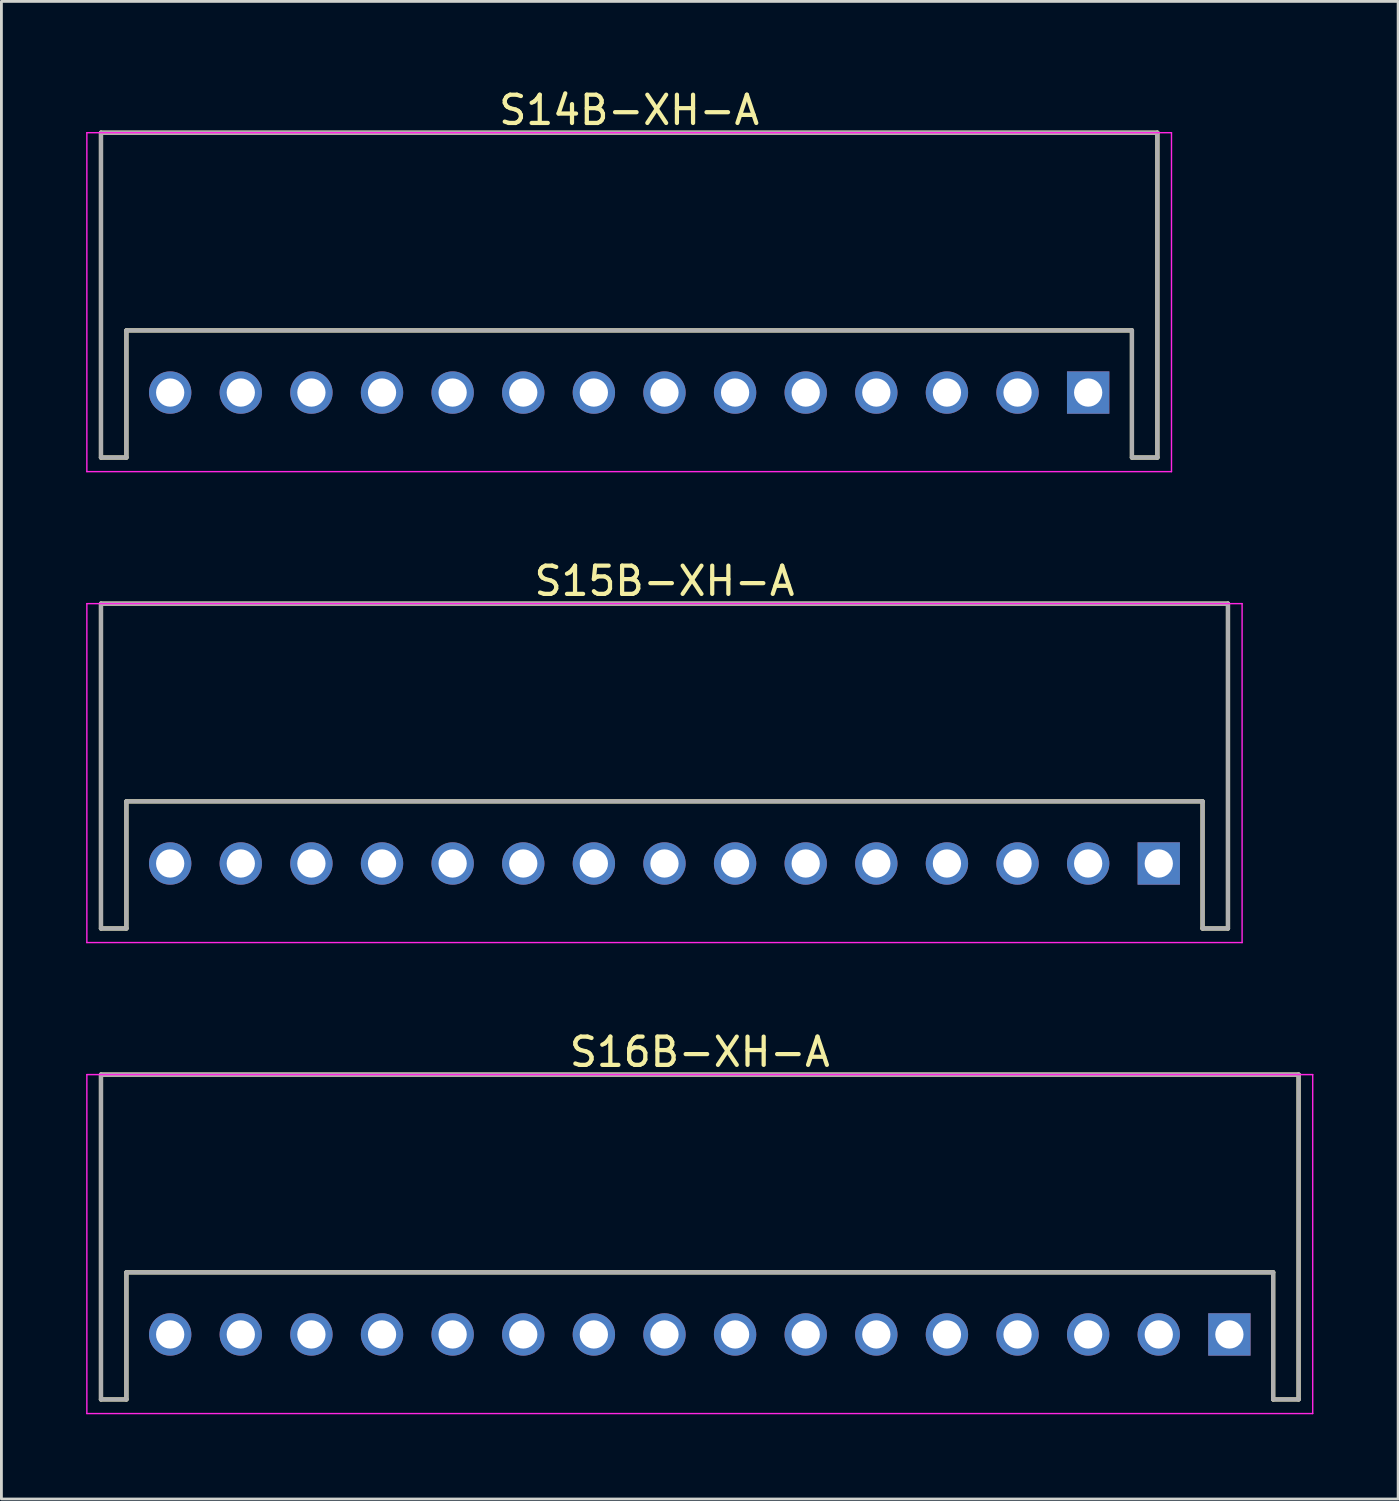
<source format=kicad_pcb>
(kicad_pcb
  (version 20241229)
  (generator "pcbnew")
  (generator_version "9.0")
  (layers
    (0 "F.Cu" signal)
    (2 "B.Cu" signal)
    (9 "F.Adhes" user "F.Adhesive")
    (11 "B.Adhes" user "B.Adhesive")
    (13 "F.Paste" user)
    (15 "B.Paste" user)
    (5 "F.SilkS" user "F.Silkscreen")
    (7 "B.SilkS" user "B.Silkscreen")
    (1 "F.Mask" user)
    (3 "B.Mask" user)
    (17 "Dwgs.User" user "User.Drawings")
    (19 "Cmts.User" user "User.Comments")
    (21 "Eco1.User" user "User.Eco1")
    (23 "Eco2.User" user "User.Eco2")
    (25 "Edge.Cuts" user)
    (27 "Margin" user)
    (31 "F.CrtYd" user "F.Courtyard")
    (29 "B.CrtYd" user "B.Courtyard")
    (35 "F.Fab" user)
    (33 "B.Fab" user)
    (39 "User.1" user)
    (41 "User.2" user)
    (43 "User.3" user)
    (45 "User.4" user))
  (footprint "S14B-XH-A"
    (layer "F.Cu")
    (at 19.225 10.848)
    (property "Reference" "S14B-XH-A" (at 0 -10 0) (layer "F.SilkS") (effects (font (size 1 1) (thickness 0.15))))
    (attr smd)
    (fp_line (start -18.7 -9.2) (end -18.7 2.3) (stroke (width 0.15) (type solid)) (layer "F.SilkS"))
    (fp_line (start -18.7 -9.2) (end 18.7 -9.2) (stroke (width 0.15) (type solid)) (layer "F.SilkS"))
    (fp_line (start -18.7 2.3) (end -17.8 2.3) (stroke (width 0.15) (type solid)) (layer "F.SilkS"))
    (fp_line (start -17.8 -2.2) (end -17.8 2.3) (stroke (width 0.15) (type solid)) (layer "F.SilkS"))
    (fp_line (start -17.8 -2.2) (end 17.8 -2.2) (stroke (width 0.15) (type solid)) (layer "F.SilkS"))
    (fp_line (start 17.8 -2.2) (end 17.8 2.3) (stroke (width 0.15) (type solid)) (layer "F.SilkS"))
    (fp_line (start 17.8 2.3) (end 18.7 2.3) (stroke (width 0.15) (type solid)) (layer "F.SilkS"))
    (fp_line (start 18.7 -9.2) (end 18.7 2.3) (stroke (width 0.15) (type solid)) (layer "F.SilkS"))
    (fp_line (start -19.2 -9.2) (end -19.2 2.8) (stroke (width 0.05) (type solid)) (layer "F.CrtYd"))
    (fp_line (start -19.2 -9.2) (end 19.2 -9.2) (stroke (width 0.05) (type solid)) (layer "F.CrtYd"))
    (fp_line (start -19.2 2.8) (end 19.2 2.8) (stroke (width 0.05) (type solid)) (layer "F.CrtYd"))
    (fp_line (start 19.2 -9.2) (end 19.2 2.8) (stroke (width 0.05) (type solid)) (layer "F.CrtYd"))
    (fp_line (start -18.7 -9.2) (end -18.7 2.3) (stroke (width 0.15) (type solid)) (layer "F.Fab"))
    (fp_line (start -18.7 -9.2) (end 18.7 -9.2) (stroke (width 0.15) (type solid)) (layer "F.Fab"))
    (fp_line (start -18.7 2.3) (end -17.8 2.3) (stroke (width 0.15) (type solid)) (layer "F.Fab"))
    (fp_line (start -17.8 -2.2) (end -17.8 2.3) (stroke (width 0.15) (type solid)) (layer "F.Fab"))
    (fp_line (start -17.8 -2.2) (end 17.8 -2.2) (stroke (width 0.15) (type solid)) (layer "F.Fab"))
    (fp_line (start 17.8 -2.2) (end 17.8 2.3) (stroke (width 0.15) (type solid)) (layer "F.Fab"))
    (fp_line (start 17.8 2.3) (end 18.7 2.3) (stroke (width 0.15) (type solid)) (layer "F.Fab"))
    (fp_line (start 18.7 -9.2) (end 18.7 2.3) (stroke (width 0.15) (type solid)) (layer "F.Fab"))
    (pad "1" thru_hole rect (at 16.25 0 180) (size 1.5 1.5) (drill 1) (layers "*.Cu" "*.Mask"))
    (pad "2" thru_hole circle (at 13.75 0 180) (size 1.5 1.5) (drill 1) (layers "*.Cu" "*.Mask"))
    (pad "3" thru_hole circle (at 11.25 0 180) (size 1.5 1.5) (drill 1) (layers "*.Cu" "*.Mask"))
    (pad "4" thru_hole circle (at 8.75 0 180) (size 1.5 1.5) (drill 1) (layers "*.Cu" "*.Mask"))
    (pad "5" thru_hole circle (at 6.25 0 180) (size 1.5 1.5) (drill 1) (layers "*.Cu" "*.Mask"))
    (pad "6" thru_hole circle (at 3.75 0 180) (size 1.5 1.5) (drill 1) (layers "*.Cu" "*.Mask"))
    (pad "7" thru_hole circle (at 1.25 0 180) (size 1.5 1.5) (drill 1) (layers "*.Cu" "*.Mask"))
    (pad "8" thru_hole circle (at -1.25 0 180) (size 1.5 1.5) (drill 1) (layers "*.Cu" "*.Mask"))
    (pad "9" thru_hole circle (at -3.75 0 180) (size 1.5 1.5) (drill 1) (layers "*.Cu" "*.Mask"))
    (pad "10" thru_hole circle (at -6.25 0 180) (size 1.5 1.5) (drill 1) (layers "*.Cu" "*.Mask"))
    (pad "11" thru_hole circle (at -8.75 0 180) (size 1.5 1.5) (drill 1) (layers "*.Cu" "*.Mask"))
    (pad "12" thru_hole circle (at -11.25 0 180) (size 1.5 1.5) (drill 1) (layers "*.Cu" "*.Mask"))
    (pad "13" thru_hole circle (at -13.75 0 180) (size 1.5 1.5) (drill 1) (layers "*.Cu" "*.Mask"))
    (pad "14" thru_hole circle (at -16.25 0 180) (size 1.5 1.5) (drill 1) (layers "*.Cu" "*.Mask")))
  (footprint "S15B-XH-A"
    (layer "F.Cu")
    (at 20.475 27.521)
    (property "Reference" "S15B-XH-A" (at 0 -10 0) (layer "F.SilkS") (effects (font (size 1 1) (thickness 0.15))))
    (attr smd)
    (fp_line (start -19.95 -9.2) (end -19.95 2.3) (stroke (width 0.15) (type solid)) (layer "F.SilkS"))
    (fp_line (start -19.95 -9.2) (end 19.95 -9.2) (stroke (width 0.15) (type solid)) (layer "F.SilkS"))
    (fp_line (start -19.95 2.3) (end -19.05 2.3) (stroke (width 0.15) (type solid)) (layer "F.SilkS"))
    (fp_line (start -19.05 -2.2) (end -19.05 2.3) (stroke (width 0.15) (type solid)) (layer "F.SilkS"))
    (fp_line (start -19.05 -2.2) (end 19.05 -2.2) (stroke (width 0.15) (type solid)) (layer "F.SilkS"))
    (fp_line (start 19.05 -2.2) (end 19.05 2.3) (stroke (width 0.15) (type solid)) (layer "F.SilkS"))
    (fp_line (start 19.05 2.3) (end 19.95 2.3) (stroke (width 0.15) (type solid)) (layer "F.SilkS"))
    (fp_line (start 19.95 -9.2) (end 19.95 2.3) (stroke (width 0.15) (type solid)) (layer "F.SilkS"))
    (fp_line (start -20.45 -9.2) (end -20.45 2.8) (stroke (width 0.05) (type solid)) (layer "F.CrtYd"))
    (fp_line (start -20.45 -9.2) (end 20.45 -9.2) (stroke (width 0.05) (type solid)) (layer "F.CrtYd"))
    (fp_line (start -20.45 2.8) (end 20.45 2.8) (stroke (width 0.05) (type solid)) (layer "F.CrtYd"))
    (fp_line (start 20.45 -9.2) (end 20.45 2.8) (stroke (width 0.05) (type solid)) (layer "F.CrtYd"))
    (fp_line (start -19.95 -9.2) (end -19.95 2.3) (stroke (width 0.15) (type solid)) (layer "F.Fab"))
    (fp_line (start -19.95 -9.2) (end 19.95 -9.2) (stroke (width 0.15) (type solid)) (layer "F.Fab"))
    (fp_line (start -19.95 2.3) (end -19.05 2.3) (stroke (width 0.15) (type solid)) (layer "F.Fab"))
    (fp_line (start -19.05 -2.2) (end -19.05 2.3) (stroke (width 0.15) (type solid)) (layer "F.Fab"))
    (fp_line (start -19.05 -2.2) (end 19.05 -2.2) (stroke (width 0.15) (type solid)) (layer "F.Fab"))
    (fp_line (start 19.05 -2.2) (end 19.05 2.3) (stroke (width 0.15) (type solid)) (layer "F.Fab"))
    (fp_line (start 19.05 2.3) (end 19.95 2.3) (stroke (width 0.15) (type solid)) (layer "F.Fab"))
    (fp_line (start 19.95 -9.2) (end 19.95 2.3) (stroke (width 0.15) (type solid)) (layer "F.Fab"))
    (pad "1" thru_hole rect (at 17.5 0 180) (size 1.5 1.5) (drill 1) (layers "*.Cu" "*.Mask"))
    (pad "2" thru_hole circle (at 15 0 180) (size 1.5 1.5) (drill 1) (layers "*.Cu" "*.Mask"))
    (pad "3" thru_hole circle (at 12.5 0 180) (size 1.5 1.5) (drill 1) (layers "*.Cu" "*.Mask"))
    (pad "4" thru_hole circle (at 10 0 180) (size 1.5 1.5) (drill 1) (layers "*.Cu" "*.Mask"))
    (pad "5" thru_hole circle (at 7.5 0 180) (size 1.5 1.5) (drill 1) (layers "*.Cu" "*.Mask"))
    (pad "6" thru_hole circle (at 5 0 180) (size 1.5 1.5) (drill 1) (layers "*.Cu" "*.Mask"))
    (pad "7" thru_hole circle (at 2.5 0 180) (size 1.5 1.5) (drill 1) (layers "*.Cu" "*.Mask"))
    (pad "8" thru_hole circle (at 0 0 180) (size 1.5 1.5) (drill 1) (layers "*.Cu" "*.Mask"))
    (pad "9" thru_hole circle (at -2.5 0 180) (size 1.5 1.5) (drill 1) (layers "*.Cu" "*.Mask"))
    (pad "10" thru_hole circle (at -5 0 180) (size 1.5 1.5) (drill 1) (layers "*.Cu" "*.Mask"))
    (pad "11" thru_hole circle (at -7.5 0 180) (size 1.5 1.5) (drill 1) (layers "*.Cu" "*.Mask"))
    (pad "12" thru_hole circle (at -10 0 180) (size 1.5 1.5) (drill 1) (layers "*.Cu" "*.Mask"))
    (pad "13" thru_hole circle (at -12.5 0 180) (size 1.5 1.5) (drill 1) (layers "*.Cu" "*.Mask"))
    (pad "14" thru_hole circle (at -15 0 180) (size 1.5 1.5) (drill 1) (layers "*.Cu" "*.Mask"))
    (pad "15" thru_hole circle (at -17.5 0 180) (size 1.5 1.5) (drill 1) (layers "*.Cu" "*.Mask")))
  (footprint "S16B-XH-A"
    (layer "F.Cu")
    (at 21.725 44.195)
    (property "Reference" "S16B-XH-A" (at 0 -10 0) (layer "F.SilkS") (effects (font (size 1 1) (thickness 0.15))))
    (attr smd)
    (fp_line (start -21.2 -9.2) (end -21.2 2.3) (stroke (width 0.15) (type solid)) (layer "F.SilkS"))
    (fp_line (start -21.2 -9.2) (end 21.2 -9.2) (stroke (width 0.15) (type solid)) (layer "F.SilkS"))
    (fp_line (start -21.2 2.3) (end -20.3 2.3) (stroke (width 0.15) (type solid)) (layer "F.SilkS"))
    (fp_line (start -20.3 -2.2) (end -20.3 2.3) (stroke (width 0.15) (type solid)) (layer "F.SilkS"))
    (fp_line (start -20.3 -2.2) (end 20.3 -2.2) (stroke (width 0.15) (type solid)) (layer "F.SilkS"))
    (fp_line (start 20.3 -2.2) (end 20.3 2.3) (stroke (width 0.15) (type solid)) (layer "F.SilkS"))
    (fp_line (start 20.3 2.3) (end 21.2 2.3) (stroke (width 0.15) (type solid)) (layer "F.SilkS"))
    (fp_line (start 21.2 -9.2) (end 21.2 2.3) (stroke (width 0.15) (type solid)) (layer "F.SilkS"))
    (fp_line (start -21.7 -9.2) (end -21.7 2.8) (stroke (width 0.05) (type solid)) (layer "F.CrtYd"))
    (fp_line (start -21.7 -9.2) (end 21.7 -9.2) (stroke (width 0.05) (type solid)) (layer "F.CrtYd"))
    (fp_line (start -21.7 2.8) (end 21.7 2.8) (stroke (width 0.05) (type solid)) (layer "F.CrtYd"))
    (fp_line (start 21.7 -9.2) (end 21.7 2.8) (stroke (width 0.05) (type solid)) (layer "F.CrtYd"))
    (fp_line (start -21.2 -9.2) (end -21.2 2.3) (stroke (width 0.15) (type solid)) (layer "F.Fab"))
    (fp_line (start -21.2 -9.2) (end 21.2 -9.2) (stroke (width 0.15) (type solid)) (layer "F.Fab"))
    (fp_line (start -21.2 2.3) (end -20.3 2.3) (stroke (width 0.15) (type solid)) (layer "F.Fab"))
    (fp_line (start -20.3 -2.2) (end -20.3 2.3) (stroke (width 0.15) (type solid)) (layer "F.Fab"))
    (fp_line (start -20.3 -2.2) (end 20.3 -2.2) (stroke (width 0.15) (type solid)) (layer "F.Fab"))
    (fp_line (start 20.3 -2.2) (end 20.3 2.3) (stroke (width 0.15) (type solid)) (layer "F.Fab"))
    (fp_line (start 20.3 2.3) (end 21.2 2.3) (stroke (width 0.15) (type solid)) (layer "F.Fab"))
    (fp_line (start 21.2 -9.2) (end 21.2 2.3) (stroke (width 0.15) (type solid)) (layer "F.Fab"))
    (pad "1" thru_hole rect (at 18.75 0 180) (size 1.5 1.5) (drill 1) (layers "*.Cu" "*.Mask"))
    (pad "2" thru_hole circle (at 16.25 0 180) (size 1.5 1.5) (drill 1) (layers "*.Cu" "*.Mask"))
    (pad "3" thru_hole circle (at 13.75 0 180) (size 1.5 1.5) (drill 1) (layers "*.Cu" "*.Mask"))
    (pad "4" thru_hole circle (at 11.25 0 180) (size 1.5 1.5) (drill 1) (layers "*.Cu" "*.Mask"))
    (pad "5" thru_hole circle (at 8.75 0 180) (size 1.5 1.5) (drill 1) (layers "*.Cu" "*.Mask"))
    (pad "6" thru_hole circle (at 6.25 0 180) (size 1.5 1.5) (drill 1) (layers "*.Cu" "*.Mask"))
    (pad "7" thru_hole circle (at 3.75 0 180) (size 1.5 1.5) (drill 1) (layers "*.Cu" "*.Mask"))
    (pad "8" thru_hole circle (at 1.25 0 180) (size 1.5 1.5) (drill 1) (layers "*.Cu" "*.Mask"))
    (pad "9" thru_hole circle (at -1.25 0 180) (size 1.5 1.5) (drill 1) (layers "*.Cu" "*.Mask"))
    (pad "10" thru_hole circle (at -3.75 0 180) (size 1.5 1.5) (drill 1) (layers "*.Cu" "*.Mask"))
    (pad "11" thru_hole circle (at -6.25 0 180) (size 1.5 1.5) (drill 1) (layers "*.Cu" "*.Mask"))
    (pad "12" thru_hole circle (at -8.75 0 180) (size 1.5 1.5) (drill 1) (layers "*.Cu" "*.Mask"))
    (pad "13" thru_hole circle (at -11.25 0 180) (size 1.5 1.5) (drill 1) (layers "*.Cu" "*.Mask"))
    (pad "14" thru_hole circle (at -13.75 0 180) (size 1.5 1.5) (drill 1) (layers "*.Cu" "*.Mask"))
    (pad "15" thru_hole circle (at -16.25 0 180) (size 1.5 1.5) (drill 1) (layers "*.Cu" "*.Mask"))
    (pad "16" thru_hole circle (at -18.75 0 180) (size 1.5 1.5) (drill 1) (layers "*.Cu" "*.Mask")))
  (gr_rect
    (start -3 -3)
    (end 46.45 50.02)
    (stroke (width 0.1) (type default))
    (fill no)
    (layer "Edge.Cuts")))
</source>
